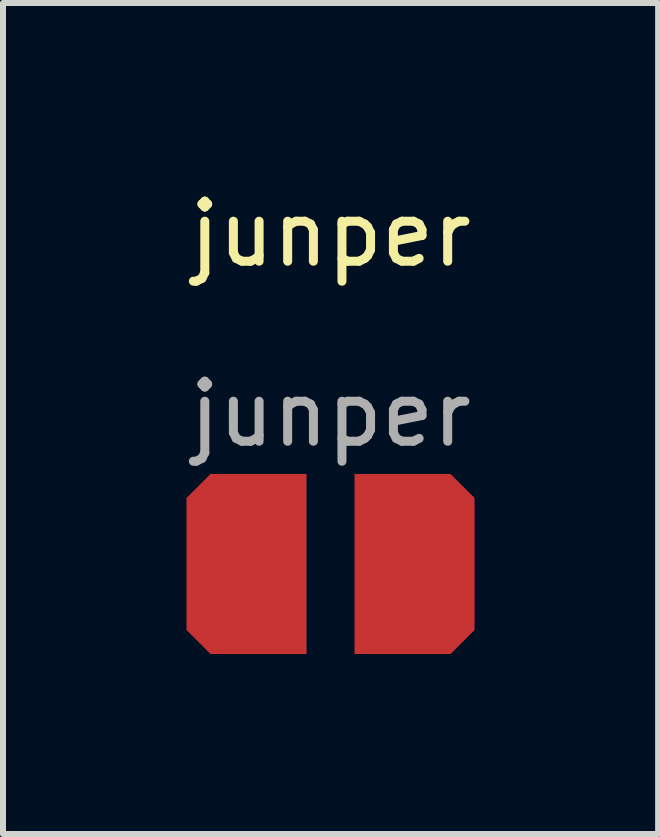
<source format=kicad_pcb>
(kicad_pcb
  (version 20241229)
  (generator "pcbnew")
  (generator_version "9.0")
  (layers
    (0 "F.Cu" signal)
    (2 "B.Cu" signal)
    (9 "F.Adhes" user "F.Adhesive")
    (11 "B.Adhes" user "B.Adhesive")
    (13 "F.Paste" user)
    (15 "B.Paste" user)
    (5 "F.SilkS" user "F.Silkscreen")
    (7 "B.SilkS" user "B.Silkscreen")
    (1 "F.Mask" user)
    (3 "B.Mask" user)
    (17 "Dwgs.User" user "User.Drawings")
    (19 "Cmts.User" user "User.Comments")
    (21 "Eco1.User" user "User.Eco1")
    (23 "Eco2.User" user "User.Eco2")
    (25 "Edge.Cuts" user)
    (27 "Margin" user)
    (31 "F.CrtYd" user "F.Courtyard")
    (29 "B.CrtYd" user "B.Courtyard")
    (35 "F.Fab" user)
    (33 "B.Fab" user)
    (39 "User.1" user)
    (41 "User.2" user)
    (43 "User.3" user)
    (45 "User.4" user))
  (footprint "junper"
    (layer "F.Cu")
    (at 2.458 1.348)
    (property "Reference" "junper" (at 0 -0.5 0) (unlocked yes) (layer "F.SilkS") (effects (font (size 1 1) (thickness 0.15))))
    (attr smd)
    (fp_text user "${REFERENCE}" (at 0 2.5 0) (unlocked yes) (layer "F.Fab") (effects (font (size 1 1) (thickness 0.15))))
    (pad "1" smd roundrect (at -1.4 5 180) (size 2 3) (layers "F.Cu" "F.Mask" "F.Paste") (roundrect_rratio 0) (chamfer_ratio 0.2) (chamfer top_right bottom_right))
    (pad "2" smd roundrect (at 1.4 5) (size 2 3) (layers "F.Cu" "F.Mask" "F.Paste") (roundrect_rratio 0) (chamfer_ratio 0.2) (chamfer top_right bottom_right)))
  (gr_rect
    (start -3 -3)
    (end 7.917 10.848)
    (stroke (width 0.1) (type default))
    (fill no)
    (layer "Edge.Cuts")))
</source>
